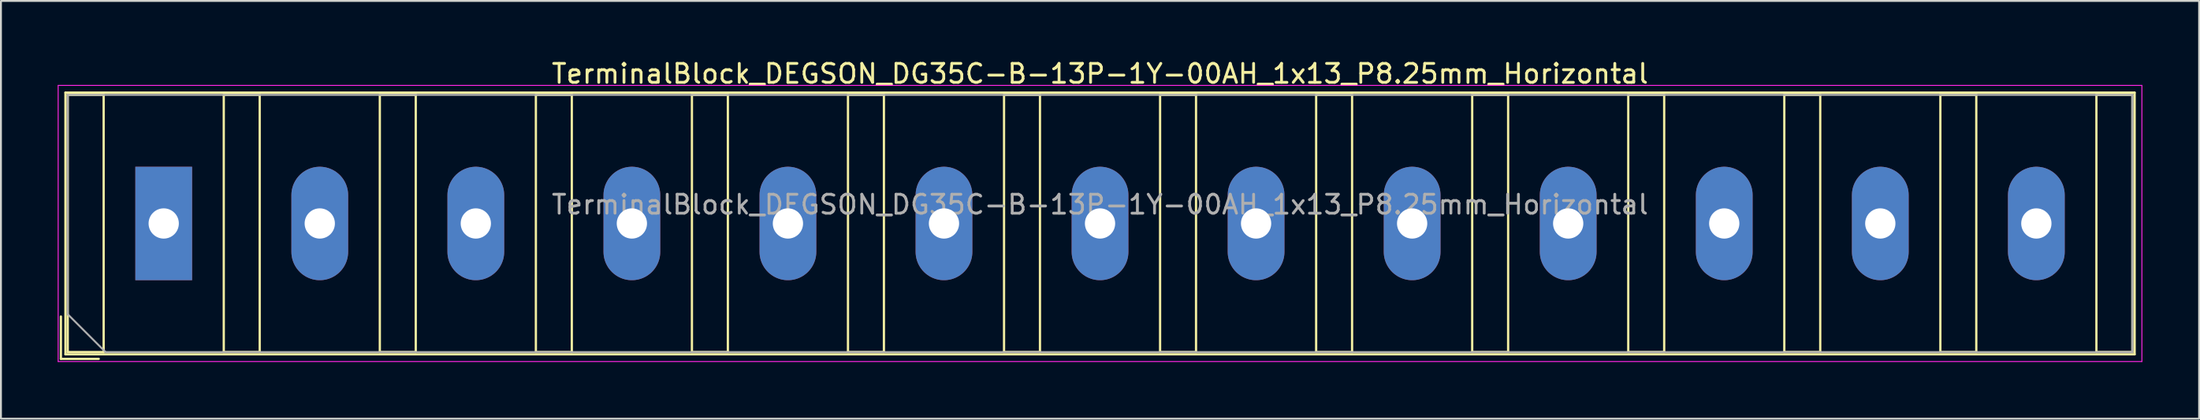
<source format=kicad_pcb>
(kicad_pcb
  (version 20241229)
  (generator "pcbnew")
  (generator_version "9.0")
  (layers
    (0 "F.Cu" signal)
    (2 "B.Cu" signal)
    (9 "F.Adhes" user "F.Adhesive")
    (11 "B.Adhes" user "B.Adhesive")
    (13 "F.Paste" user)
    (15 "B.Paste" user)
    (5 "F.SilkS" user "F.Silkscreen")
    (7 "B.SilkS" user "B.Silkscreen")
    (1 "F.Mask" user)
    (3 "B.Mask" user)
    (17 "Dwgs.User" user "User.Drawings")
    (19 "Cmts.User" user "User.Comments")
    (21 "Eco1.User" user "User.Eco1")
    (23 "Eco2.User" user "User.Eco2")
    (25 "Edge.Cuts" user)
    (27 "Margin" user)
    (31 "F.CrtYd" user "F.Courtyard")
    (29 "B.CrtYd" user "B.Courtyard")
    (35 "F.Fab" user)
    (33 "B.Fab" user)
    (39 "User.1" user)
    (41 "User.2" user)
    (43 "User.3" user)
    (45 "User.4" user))
  (footprint "TerminalBlock_DEGSON_DG35C-B-13P-1Y-00AH_1x13_P8.25mm_Horizontal"
    (layer "F.Cu")
    (at 5.605 8.768)
    (property "Reference" "TerminalBlock_DEGSON_DG35C-B-13P-1Y-00AH_1x13_P8.25mm_Horizontal" (at 49.5 -7.92 0) (layer "F.SilkS") (effects (font (size 1 1) (thickness 0.15))))
    (attr through_hole)
    (fp_line (start -1.98 -3.48) (end -1.98 3.48) (stroke (width 0.01) (type solid)) (layer "F.Mask"))
    (fp_line (start -1.98 3.48) (end 1.98 3.48) (stroke (width 0.01) (type solid)) (layer "F.Mask"))
    (fp_line (start 1.98 -3.48) (end -1.98 -3.48) (stroke (width 0.01) (type solid)) (layer "F.Mask"))
    (fp_line (start 1.98 3.48) (end 1.98 -3.48) (stroke (width 0.01) (type solid)) (layer "F.Mask"))
    (fp_line (start 6.27 -3.48) (end 6.27 3.48) (stroke (width 0.01) (type solid)) (layer "F.Mask"))
    (fp_line (start 6.27 3.48) (end 10.23 3.48) (stroke (width 0.01) (type solid)) (layer "F.Mask"))
    (fp_line (start 10.23 -3.48) (end 6.27 -3.48) (stroke (width 0.01) (type solid)) (layer "F.Mask"))
    (fp_line (start 10.23 3.48) (end 10.23 -3.48) (stroke (width 0.01) (type solid)) (layer "F.Mask"))
    (fp_line (start 14.52 -3.48) (end 14.52 3.48) (stroke (width 0.01) (type solid)) (layer "F.Mask"))
    (fp_line (start 14.52 3.48) (end 18.48 3.48) (stroke (width 0.01) (type solid)) (layer "F.Mask"))
    (fp_line (start 18.48 -3.48) (end 14.52 -3.48) (stroke (width 0.01) (type solid)) (layer "F.Mask"))
    (fp_line (start 18.48 3.48) (end 18.48 -3.48) (stroke (width 0.01) (type solid)) (layer "F.Mask"))
    (fp_line (start 22.77 -3.48) (end 22.77 3.48) (stroke (width 0.01) (type solid)) (layer "F.Mask"))
    (fp_line (start 22.77 3.48) (end 26.73 3.48) (stroke (width 0.01) (type solid)) (layer "F.Mask"))
    (fp_line (start 26.73 -3.48) (end 22.77 -3.48) (stroke (width 0.01) (type solid)) (layer "F.Mask"))
    (fp_line (start 26.73 3.48) (end 26.73 -3.48) (stroke (width 0.01) (type solid)) (layer "F.Mask"))
    (fp_line (start 31.02 -3.48) (end 31.02 3.48) (stroke (width 0.01) (type solid)) (layer "F.Mask"))
    (fp_line (start 31.02 3.48) (end 34.98 3.48) (stroke (width 0.01) (type solid)) (layer "F.Mask"))
    (fp_line (start 34.98 -3.48) (end 31.02 -3.48) (stroke (width 0.01) (type solid)) (layer "F.Mask"))
    (fp_line (start 34.98 3.48) (end 34.98 -3.48) (stroke (width 0.01) (type solid)) (layer "F.Mask"))
    (fp_line (start 39.27 -3.48) (end 39.27 3.48) (stroke (width 0.01) (type solid)) (layer "F.Mask"))
    (fp_line (start 39.27 3.48) (end 43.23 3.48) (stroke (width 0.01) (type solid)) (layer "F.Mask"))
    (fp_line (start 43.23 -3.48) (end 39.27 -3.48) (stroke (width 0.01) (type solid)) (layer "F.Mask"))
    (fp_line (start 43.23 3.48) (end 43.23 -3.48) (stroke (width 0.01) (type solid)) (layer "F.Mask"))
    (fp_line (start 47.52 -3.48) (end 47.52 3.48) (stroke (width 0.01) (type solid)) (layer "F.Mask"))
    (fp_line (start 47.52 3.48) (end 51.48 3.48) (stroke (width 0.01) (type solid)) (layer "F.Mask"))
    (fp_line (start 51.48 -3.48) (end 47.52 -3.48) (stroke (width 0.01) (type solid)) (layer "F.Mask"))
    (fp_line (start 51.48 3.48) (end 51.48 -3.48) (stroke (width 0.01) (type solid)) (layer "F.Mask"))
    (fp_line (start 55.77 -3.48) (end 55.77 3.48) (stroke (width 0.01) (type solid)) (layer "F.Mask"))
    (fp_line (start 55.77 3.48) (end 59.73 3.48) (stroke (width 0.01) (type solid)) (layer "F.Mask"))
    (fp_line (start 59.73 -3.48) (end 55.77 -3.48) (stroke (width 0.01) (type solid)) (layer "F.Mask"))
    (fp_line (start 59.73 3.48) (end 59.73 -3.48) (stroke (width 0.01) (type solid)) (layer "F.Mask"))
    (fp_line (start 64.02 -3.48) (end 64.02 3.48) (stroke (width 0.01) (type solid)) (layer "F.Mask"))
    (fp_line (start 64.02 3.48) (end 67.98 3.48) (stroke (width 0.01) (type solid)) (layer "F.Mask"))
    (fp_line (start 67.98 -3.48) (end 64.02 -3.48) (stroke (width 0.01) (type solid)) (layer "F.Mask"))
    (fp_line (start 67.98 3.48) (end 67.98 -3.48) (stroke (width 0.01) (type solid)) (layer "F.Mask"))
    (fp_line (start 72.27 -3.48) (end 72.27 3.48) (stroke (width 0.01) (type solid)) (layer "F.Mask"))
    (fp_line (start 72.27 3.48) (end 76.23 3.48) (stroke (width 0.01) (type solid)) (layer "F.Mask"))
    (fp_line (start 76.23 -3.48) (end 72.27 -3.48) (stroke (width 0.01) (type solid)) (layer "F.Mask"))
    (fp_line (start 76.23 3.48) (end 76.23 -3.48) (stroke (width 0.01) (type solid)) (layer "F.Mask"))
    (fp_line (start 80.52 -3.48) (end 80.52 3.48) (stroke (width 0.01) (type solid)) (layer "F.Mask"))
    (fp_line (start 80.52 3.48) (end 84.48 3.48) (stroke (width 0.01) (type solid)) (layer "F.Mask"))
    (fp_line (start 84.48 -3.48) (end 80.52 -3.48) (stroke (width 0.01) (type solid)) (layer "F.Mask"))
    (fp_line (start 84.48 3.48) (end 84.48 -3.48) (stroke (width 0.01) (type solid)) (layer "F.Mask"))
    (fp_line (start 88.77 -3.48) (end 88.77 3.48) (stroke (width 0.01) (type solid)) (layer "F.Mask"))
    (fp_line (start 88.77 3.48) (end 92.73 3.48) (stroke (width 0.01) (type solid)) (layer "F.Mask"))
    (fp_line (start 92.73 -3.48) (end 88.77 -3.48) (stroke (width 0.01) (type solid)) (layer "F.Mask"))
    (fp_line (start 92.73 3.48) (end 92.73 -3.48) (stroke (width 0.01) (type solid)) (layer "F.Mask"))
    (fp_line (start 97.02 -3.48) (end 97.02 3.48) (stroke (width 0.01) (type solid)) (layer "F.Mask"))
    (fp_line (start 97.02 3.48) (end 100.98 3.48) (stroke (width 0.01) (type solid)) (layer "F.Mask"))
    (fp_line (start 100.98 -3.48) (end 97.02 -3.48) (stroke (width 0.01) (type solid)) (layer "F.Mask"))
    (fp_line (start 100.98 3.48) (end 100.98 -3.48) (stroke (width 0.01) (type solid)) (layer "F.Mask"))
    (fp_line (start -5.435 4.92) (end -5.435 7.16) (stroke (width 0.12) (type solid)) (layer "F.SilkS"))
    (fp_line (start -5.435 7.16) (end -3.435 7.16) (stroke (width 0.12) (type solid)) (layer "F.SilkS"))
    (fp_line (start -5.195 -6.92) (end -5.195 6.92) (stroke (width 0.12) (type solid)) (layer "F.SilkS"))
    (fp_line (start -5.195 -6.92) (end 104.195 -6.92) (stroke (width 0.12) (type solid)) (layer "F.SilkS"))
    (fp_line (start -5.195 6.92) (end 104.195 6.92) (stroke (width 0.12) (type solid)) (layer "F.SilkS"))
    (fp_line (start -5.075 -6.8) (end -5.075 6.8) (stroke (width 0.12) (type solid)) (layer "F.SilkS"))
    (fp_line (start -5.075 6.8) (end -3.175 6.8) (stroke (width 0.12) (type solid)) (layer "F.SilkS"))
    (fp_line (start -3.175 -6.8) (end -5.075 -6.8) (stroke (width 0.12) (type solid)) (layer "F.SilkS"))
    (fp_line (start -3.175 6.8) (end -3.175 -6.8) (stroke (width 0.12) (type solid)) (layer "F.SilkS"))
    (fp_line (start 3.175 -6.8) (end 3.175 6.8) (stroke (width 0.12) (type solid)) (layer "F.SilkS"))
    (fp_line (start 3.175 6.8) (end 5.075 6.8) (stroke (width 0.12) (type solid)) (layer "F.SilkS"))
    (fp_line (start 5.075 -6.8) (end 3.175 -6.8) (stroke (width 0.12) (type solid)) (layer "F.SilkS"))
    (fp_line (start 5.075 6.8) (end 5.075 -6.8) (stroke (width 0.12) (type solid)) (layer "F.SilkS"))
    (fp_line (start 11.425 -6.8) (end 11.425 6.8) (stroke (width 0.12) (type solid)) (layer "F.SilkS"))
    (fp_line (start 11.425 6.8) (end 13.325 6.8) (stroke (width 0.12) (type solid)) (layer "F.SilkS"))
    (fp_line (start 13.325 -6.8) (end 11.425 -6.8) (stroke (width 0.12) (type solid)) (layer "F.SilkS"))
    (fp_line (start 13.325 6.8) (end 13.325 -6.8) (stroke (width 0.12) (type solid)) (layer "F.SilkS"))
    (fp_line (start 19.675 -6.8) (end 19.675 6.8) (stroke (width 0.12) (type solid)) (layer "F.SilkS"))
    (fp_line (start 19.675 6.8) (end 21.575 6.8) (stroke (width 0.12) (type solid)) (layer "F.SilkS"))
    (fp_line (start 21.575 -6.8) (end 19.675 -6.8) (stroke (width 0.12) (type solid)) (layer "F.SilkS"))
    (fp_line (start 21.575 6.8) (end 21.575 -6.8) (stroke (width 0.12) (type solid)) (layer "F.SilkS"))
    (fp_line (start 27.925 -6.8) (end 27.925 6.8) (stroke (width 0.12) (type solid)) (layer "F.SilkS"))
    (fp_line (start 27.925 6.8) (end 29.825 6.8) (stroke (width 0.12) (type solid)) (layer "F.SilkS"))
    (fp_line (start 29.825 -6.8) (end 27.925 -6.8) (stroke (width 0.12) (type solid)) (layer "F.SilkS"))
    (fp_line (start 29.825 6.8) (end 29.825 -6.8) (stroke (width 0.12) (type solid)) (layer "F.SilkS"))
    (fp_line (start 36.175 -6.8) (end 36.175 6.8) (stroke (width 0.12) (type solid)) (layer "F.SilkS"))
    (fp_line (start 36.175 6.8) (end 38.075 6.8) (stroke (width 0.12) (type solid)) (layer "F.SilkS"))
    (fp_line (start 38.075 -6.8) (end 36.175 -6.8) (stroke (width 0.12) (type solid)) (layer "F.SilkS"))
    (fp_line (start 38.075 6.8) (end 38.075 -6.8) (stroke (width 0.12) (type solid)) (layer "F.SilkS"))
    (fp_line (start 44.425 -6.8) (end 44.425 6.8) (stroke (width 0.12) (type solid)) (layer "F.SilkS"))
    (fp_line (start 44.425 6.8) (end 46.325 6.8) (stroke (width 0.12) (type solid)) (layer "F.SilkS"))
    (fp_line (start 46.325 -6.8) (end 44.425 -6.8) (stroke (width 0.12) (type solid)) (layer "F.SilkS"))
    (fp_line (start 46.325 6.8) (end 46.325 -6.8) (stroke (width 0.12) (type solid)) (layer "F.SilkS"))
    (fp_line (start 52.675 -6.8) (end 52.675 6.8) (stroke (width 0.12) (type solid)) (layer "F.SilkS"))
    (fp_line (start 52.675 6.8) (end 54.575 6.8) (stroke (width 0.12) (type solid)) (layer "F.SilkS"))
    (fp_line (start 54.575 -6.8) (end 52.675 -6.8) (stroke (width 0.12) (type solid)) (layer "F.SilkS"))
    (fp_line (start 54.575 6.8) (end 54.575 -6.8) (stroke (width 0.12) (type solid)) (layer "F.SilkS"))
    (fp_line (start 60.925 -6.8) (end 60.925 6.8) (stroke (width 0.12) (type solid)) (layer "F.SilkS"))
    (fp_line (start 60.925 6.8) (end 62.825 6.8) (stroke (width 0.12) (type solid)) (layer "F.SilkS"))
    (fp_line (start 62.825 -6.8) (end 60.925 -6.8) (stroke (width 0.12) (type solid)) (layer "F.SilkS"))
    (fp_line (start 62.825 6.8) (end 62.825 -6.8) (stroke (width 0.12) (type solid)) (layer "F.SilkS"))
    (fp_line (start 69.175 -6.8) (end 69.175 6.8) (stroke (width 0.12) (type solid)) (layer "F.SilkS"))
    (fp_line (start 69.175 6.8) (end 71.075 6.8) (stroke (width 0.12) (type solid)) (layer "F.SilkS"))
    (fp_line (start 71.075 -6.8) (end 69.175 -6.8) (stroke (width 0.12) (type solid)) (layer "F.SilkS"))
    (fp_line (start 71.075 6.8) (end 71.075 -6.8) (stroke (width 0.12) (type solid)) (layer "F.SilkS"))
    (fp_line (start 77.425 -6.8) (end 77.425 6.8) (stroke (width 0.12) (type solid)) (layer "F.SilkS"))
    (fp_line (start 77.425 6.8) (end 79.325 6.8) (stroke (width 0.12) (type solid)) (layer "F.SilkS"))
    (fp_line (start 79.325 -6.8) (end 77.425 -6.8) (stroke (width 0.12) (type solid)) (layer "F.SilkS"))
    (fp_line (start 79.325 6.8) (end 79.325 -6.8) (stroke (width 0.12) (type solid)) (layer "F.SilkS"))
    (fp_line (start 85.675 -6.8) (end 85.675 6.8) (stroke (width 0.12) (type solid)) (layer "F.SilkS"))
    (fp_line (start 85.675 6.8) (end 87.575 6.8) (stroke (width 0.12) (type solid)) (layer "F.SilkS"))
    (fp_line (start 87.575 -6.8) (end 85.675 -6.8) (stroke (width 0.12) (type solid)) (layer "F.SilkS"))
    (fp_line (start 87.575 6.8) (end 87.575 -6.8) (stroke (width 0.12) (type solid)) (layer "F.SilkS"))
    (fp_line (start 93.925 -6.8) (end 93.925 6.8) (stroke (width 0.12) (type solid)) (layer "F.SilkS"))
    (fp_line (start 93.925 6.8) (end 95.825 6.8) (stroke (width 0.12) (type solid)) (layer "F.SilkS"))
    (fp_line (start 95.825 -6.8) (end 93.925 -6.8) (stroke (width 0.12) (type solid)) (layer "F.SilkS"))
    (fp_line (start 95.825 6.8) (end 95.825 -6.8) (stroke (width 0.12) (type solid)) (layer "F.SilkS"))
    (fp_line (start 102.175 -6.8) (end 102.175 6.8) (stroke (width 0.12) (type solid)) (layer "F.SilkS"))
    (fp_line (start 102.175 6.8) (end 104.075 6.8) (stroke (width 0.12) (type solid)) (layer "F.SilkS"))
    (fp_line (start 104.075 -6.8) (end 102.175 -6.8) (stroke (width 0.12) (type solid)) (layer "F.SilkS"))
    (fp_line (start 104.075 6.8) (end 104.075 -6.8) (stroke (width 0.12) (type solid)) (layer "F.SilkS"))
    (fp_line (start 104.195 -6.92) (end 104.195 6.92) (stroke (width 0.12) (type solid)) (layer "F.SilkS"))
    (fp_line (start -5.58 -7.3) (end -5.58 7.3) (stroke (width 0.05) (type solid)) (layer "F.CrtYd"))
    (fp_line (start -5.58 7.3) (end 104.58 7.3) (stroke (width 0.05) (type solid)) (layer "F.CrtYd"))
    (fp_line (start 104.58 -7.3) (end -5.58 -7.3) (stroke (width 0.05) (type solid)) (layer "F.CrtYd"))
    (fp_line (start 104.58 7.3) (end 104.58 -7.3) (stroke (width 0.05) (type solid)) (layer "F.CrtYd"))
    (fp_line (start -5.075 -6.8) (end 104.075 -6.8) (stroke (width 0.1) (type solid)) (layer "F.Fab"))
    (fp_line (start -5.075 4.8) (end -5.075 -6.8) (stroke (width 0.1) (type solid)) (layer "F.Fab"))
    (fp_line (start -3.075 6.8) (end -5.075 4.8) (stroke (width 0.1) (type solid)) (layer "F.Fab"))
    (fp_line (start 104.075 -6.8) (end 104.075 6.8) (stroke (width 0.1) (type solid)) (layer "F.Fab"))
    (fp_line (start 104.075 6.8) (end -3.075 6.8) (stroke (width 0.1) (type solid)) (layer "F.Fab"))
    (fp_text user "${REFERENCE}" (at 49.5 -1 0) (layer "F.Fab") (effects (font (size 1 1) (thickness 0.15))))
    (pad "1" thru_hole rect (at 0 0) (size 3 6) (drill 1.6) (layers "*.Cu" "*.Mask"))
    (pad "2" thru_hole oval (at 8.25 0) (size 3 6) (drill 1.6) (layers "*.Cu" "*.Mask"))
    (pad "3" thru_hole oval (at 16.5 0) (size 3 6) (drill 1.6) (layers "*.Cu" "*.Mask"))
    (pad "4" thru_hole oval (at 24.75 0) (size 3 6) (drill 1.6) (layers "*.Cu" "*.Mask"))
    (pad "5" thru_hole oval (at 33 0) (size 3 6) (drill 1.6) (layers "*.Cu" "*.Mask"))
    (pad "6" thru_hole oval (at 41.25 0) (size 3 6) (drill 1.6) (layers "*.Cu" "*.Mask"))
    (pad "7" thru_hole oval (at 49.5 0) (size 3 6) (drill 1.6) (layers "*.Cu" "*.Mask"))
    (pad "8" thru_hole oval (at 57.75 0) (size 3 6) (drill 1.6) (layers "*.Cu" "*.Mask"))
    (pad "9" thru_hole oval (at 66 0) (size 3 6) (drill 1.6) (layers "*.Cu" "*.Mask"))
    (pad "10" thru_hole oval (at 74.25 0) (size 3 6) (drill 1.6) (layers "*.Cu" "*.Mask"))
    (pad "11" thru_hole oval (at 82.5 0) (size 3 6) (drill 1.6) (layers "*.Cu" "*.Mask"))
    (pad "12" thru_hole oval (at 90.75 0) (size 3 6) (drill 1.6) (layers "*.Cu" "*.Mask"))
    (pad "13" thru_hole oval (at 99 0) (size 3 6) (drill 1.6) (layers "*.Cu" "*.Mask")))
  (gr_rect
    (start -3 -3)
    (end 113.21 19.093)
    (stroke (width 0.1) (type default))
    (fill no)
    (layer "Edge.Cuts")))
</source>
